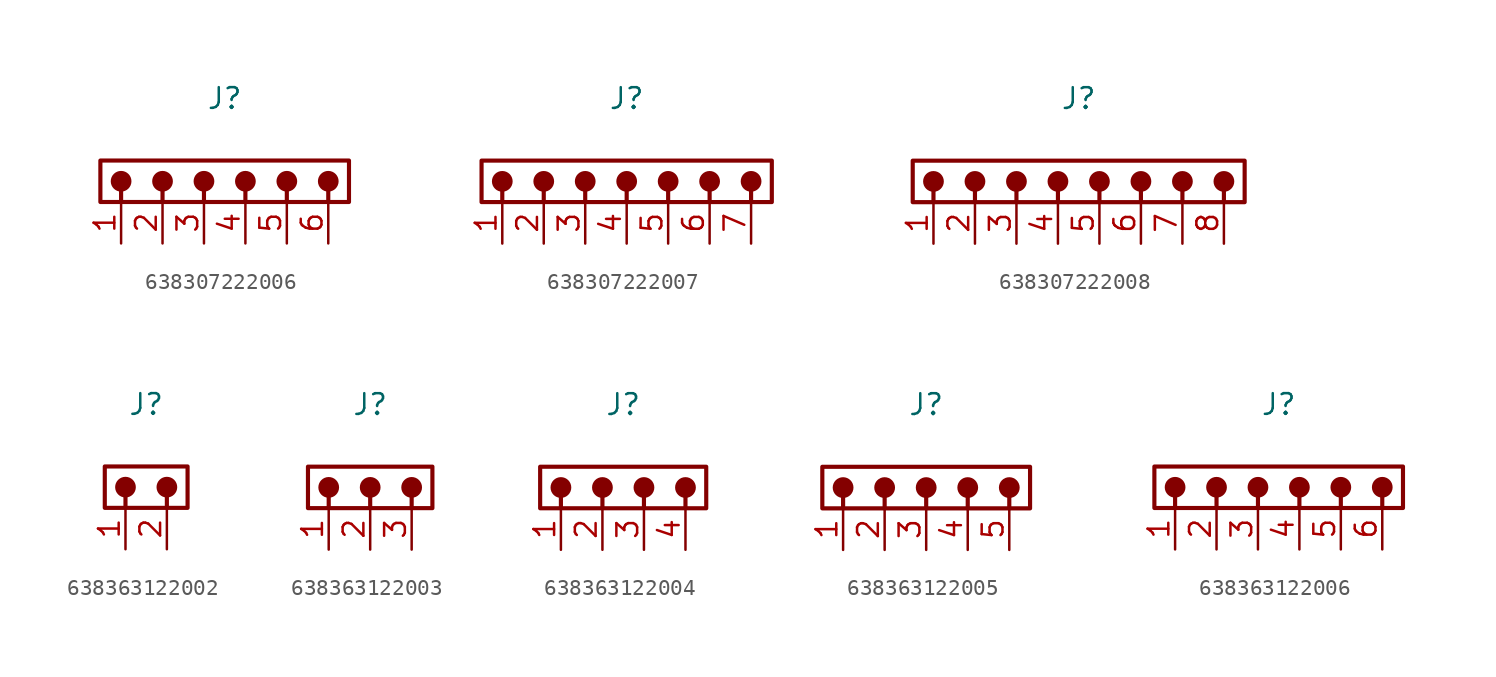
<source format=kicad_sym>
(kicad_symbol_lib
  (version 20241209)
  (generator "kicad_symbol_editor")
  (generator_version "9.0")
  (symbol "638307222006"
    (pin_names
      (hide yes))
    (property "Reference" "J"
      (at 0 5.08 0)
      (effects (font (size 1.27 1.27))))
    (symbol "638307222006_1_1"
      (rectangle (start -7.62 1.27) (end 7.62 -1.27) (stroke (width 0.254) (type solid)) (fill (type none)))
      (circle (center -6.35 0) (radius 0.508) (stroke (width 0.254) (type solid)) (fill (type outline)))
      (polyline (pts (xy -6.35 -0.508) (xy -6.35 -1.27)) (stroke (width 0.254) (type solid)) (fill (type none)))
      (circle (center -3.81 0) (radius 0.508) (stroke (width 0.254) (type solid)) (fill (type outline)))
      (polyline (pts (xy -3.81 -0.508) (xy -3.81 -1.27)) (stroke (width 0.254) (type solid)) (fill (type none)))
      (circle (center -1.27 0) (radius 0.508) (stroke (width 0.254) (type solid)) (fill (type outline)))
      (polyline (pts (xy -1.27 -0.508) (xy -1.27 -1.27)) (stroke (width 0.254) (type solid)) (fill (type none)))
      (circle (center 1.27 0) (radius 0.508) (stroke (width 0.254) (type solid)) (fill (type outline)))
      (polyline (pts (xy 1.27 -0.508) (xy 1.27 -1.27)) (stroke (width 0.254) (type solid)) (fill (type none)))
      (circle (center 3.81 0) (radius 0.508) (stroke (width 0.254) (type solid)) (fill (type outline)))
      (polyline (pts (xy 3.81 -0.508) (xy 3.81 -1.27)) (stroke (width 0.254) (type solid)) (fill (type none)))
      (circle (center 6.35 0) (radius 0.508) (stroke (width 0.254) (type solid)) (fill (type outline)))
      (polyline (pts (xy 6.35 -0.508) (xy 6.35 -1.27)) (stroke (width 0.254) (type solid)) (fill (type none)))
      (pin passive line (at -6.35 -3.81 90) (length 2.54) (name "1" (effects (font (size 1.27 1.27)))) (number "1" (effects (font (size 1.27 1.27)))))
      (pin passive line (at -3.81 -3.81 90) (length 2.54) (name "2" (effects (font (size 1.27 1.27)))) (number "2" (effects (font (size 1.27 1.27)))))
      (pin passive line (at -1.27 -3.81 90) (length 2.54) (name "3" (effects (font (size 1.27 1.27)))) (number "3" (effects (font (size 1.27 1.27)))))
      (pin passive line (at 1.27 -3.81 90) (length 2.54) (name "4" (effects (font (size 1.27 1.27)))) (number "4" (effects (font (size 1.27 1.27)))))
      (pin passive line (at 3.81 -3.81 90) (length 2.54) (name "5" (effects (font (size 1.27 1.27)))) (number "5" (effects (font (size 1.27 1.27)))))
      (pin passive line (at 6.35 -3.81 90) (length 2.54) (name "6" (effects (font (size 1.27 1.27)))) (number "6" (effects (font (size 1.27 1.27)))))))
  (symbol "638307222007"
    (pin_names
      (hide yes))
    (property "Reference" "J"
      (at 0 5.08 0)
      (effects (font (size 1.27 1.27))))
    (symbol "638307222007_1_1"
      (rectangle (start -8.89 1.27) (end 8.89 -1.27) (stroke (width 0.254) (type solid)) (fill (type none)))
      (circle (center -7.62 0) (radius 0.508) (stroke (width 0.254) (type solid)) (fill (type outline)))
      (polyline (pts (xy -7.62 -0.508) (xy -7.62 -1.27)) (stroke (width 0.254) (type solid)) (fill (type none)))
      (circle (center -5.08 0) (radius 0.508) (stroke (width 0.254) (type solid)) (fill (type outline)))
      (polyline (pts (xy -5.08 -0.508) (xy -5.08 -1.27)) (stroke (width 0.254) (type solid)) (fill (type none)))
      (circle (center -2.54 0) (radius 0.508) (stroke (width 0.254) (type solid)) (fill (type outline)))
      (polyline (pts (xy -2.54 -0.508) (xy -2.54 -1.27)) (stroke (width 0.254) (type solid)) (fill (type none)))
      (circle (center 0 0) (radius 0.508) (stroke (width 0.254) (type solid)) (fill (type outline)))
      (polyline (pts (xy 0 -0.508) (xy 0 -1.27)) (stroke (width 0.254) (type solid)) (fill (type none)))
      (circle (center 2.54 0) (radius 0.508) (stroke (width 0.254) (type solid)) (fill (type outline)))
      (polyline (pts (xy 2.54 -0.508) (xy 2.54 -1.27)) (stroke (width 0.254) (type solid)) (fill (type none)))
      (circle (center 5.08 0) (radius 0.508) (stroke (width 0.254) (type solid)) (fill (type outline)))
      (polyline (pts (xy 5.08 -0.508) (xy 5.08 -1.27)) (stroke (width 0.254) (type solid)) (fill (type none)))
      (circle (center 7.62 0) (radius 0.508) (stroke (width 0.254) (type solid)) (fill (type outline)))
      (polyline (pts (xy 7.62 -0.508) (xy 7.62 -1.27)) (stroke (width 0.254) (type solid)) (fill (type none)))
      (pin passive line (at -7.62 -3.81 90) (length 2.54) (name "1" (effects (font (size 1.27 1.27)))) (number "1" (effects (font (size 1.27 1.27)))))
      (pin passive line (at -5.08 -3.81 90) (length 2.54) (name "2" (effects (font (size 1.27 1.27)))) (number "2" (effects (font (size 1.27 1.27)))))
      (pin passive line (at -2.54 -3.81 90) (length 2.54) (name "3" (effects (font (size 1.27 1.27)))) (number "3" (effects (font (size 1.27 1.27)))))
      (pin passive line (at 0 -3.81 90) (length 2.54) (name "4" (effects (font (size 1.27 1.27)))) (number "4" (effects (font (size 1.27 1.27)))))
      (pin passive line (at 2.54 -3.81 90) (length 2.54) (name "5" (effects (font (size 1.27 1.27)))) (number "5" (effects (font (size 1.27 1.27)))))
      (pin passive line (at 5.08 -3.81 90) (length 2.54) (name "6" (effects (font (size 1.27 1.27)))) (number "6" (effects (font (size 1.27 1.27)))))
      (pin passive line (at 7.62 -3.81 90) (length 2.54) (name "7" (effects (font (size 1.27 1.27)))) (number "7" (effects (font (size 1.27 1.27)))))))
  (symbol "638307222008"
    (pin_names
      (hide yes))
    (property "Reference" "J"
      (at 0 5.08 0)
      (effects (font (size 1.27 1.27))))
    (symbol "638307222008_1_1"
      (rectangle (start -10.16 1.27) (end 10.16 -1.27) (stroke (width 0.254) (type solid)) (fill (type none)))
      (circle (center -8.89 0) (radius 0.508) (stroke (width 0.254) (type solid)) (fill (type outline)))
      (polyline (pts (xy -8.89 -0.508) (xy -8.89 -1.27)) (stroke (width 0.254) (type solid)) (fill (type none)))
      (circle (center -6.35 0) (radius 0.508) (stroke (width 0.254) (type solid)) (fill (type outline)))
      (polyline (pts (xy -6.35 -0.508) (xy -6.35 -1.27)) (stroke (width 0.254) (type solid)) (fill (type none)))
      (circle (center -3.81 0) (radius 0.508) (stroke (width 0.254) (type solid)) (fill (type outline)))
      (polyline (pts (xy -3.81 -0.508) (xy -3.81 -1.27)) (stroke (width 0.254) (type solid)) (fill (type none)))
      (circle (center -1.27 0) (radius 0.508) (stroke (width 0.254) (type solid)) (fill (type outline)))
      (polyline (pts (xy -1.27 -0.508) (xy -1.27 -1.27)) (stroke (width 0.254) (type solid)) (fill (type none)))
      (circle (center 1.27 0) (radius 0.508) (stroke (width 0.254) (type solid)) (fill (type outline)))
      (polyline (pts (xy 1.27 -0.508) (xy 1.27 -1.27)) (stroke (width 0.254) (type solid)) (fill (type none)))
      (circle (center 3.81 0) (radius 0.508) (stroke (width 0.254) (type solid)) (fill (type outline)))
      (polyline (pts (xy 3.81 -0.508) (xy 3.81 -1.27)) (stroke (width 0.254) (type solid)) (fill (type none)))
      (circle (center 6.35 0) (radius 0.508) (stroke (width 0.254) (type solid)) (fill (type outline)))
      (polyline (pts (xy 6.35 -0.508) (xy 6.35 -1.27)) (stroke (width 0.254) (type solid)) (fill (type none)))
      (circle (center 8.89 0) (radius 0.508) (stroke (width 0.254) (type solid)) (fill (type outline)))
      (polyline (pts (xy 8.89 -0.508) (xy 8.89 -1.27)) (stroke (width 0.254) (type solid)) (fill (type none)))
      (pin passive line (at -8.89 -3.81 90) (length 2.54) (name "1" (effects (font (size 1.27 1.27)))) (number "1" (effects (font (size 1.27 1.27)))))
      (pin passive line (at -6.35 -3.81 90) (length 2.54) (name "2" (effects (font (size 1.27 1.27)))) (number "2" (effects (font (size 1.27 1.27)))))
      (pin passive line (at -3.81 -3.81 90) (length 2.54) (name "3" (effects (font (size 1.27 1.27)))) (number "3" (effects (font (size 1.27 1.27)))))
      (pin passive line (at -1.27 -3.81 90) (length 2.54) (name "4" (effects (font (size 1.27 1.27)))) (number "4" (effects (font (size 1.27 1.27)))))
      (pin passive line (at 1.27 -3.81 90) (length 2.54) (name "5" (effects (font (size 1.27 1.27)))) (number "5" (effects (font (size 1.27 1.27)))))
      (pin passive line (at 3.81 -3.81 90) (length 2.54) (name "6" (effects (font (size 1.27 1.27)))) (number "6" (effects (font (size 1.27 1.27)))))
      (pin passive line (at 6.35 -3.81 90) (length 2.54) (name "7" (effects (font (size 1.27 1.27)))) (number "7" (effects (font (size 1.27 1.27)))))
      (pin passive line (at 8.89 -3.81 90) (length 2.54) (name "8" (effects (font (size 1.27 1.27)))) (number "8" (effects (font (size 1.27 1.27)))))))
  (symbol "638363122002"
    (pin_names
      (hide yes))
    (property "Reference" "J"
      (at 0 5.08 0)
      (effects (font (size 1.27 1.27))))
    (symbol "638363122002_1_1"
      (circle (center -1.27 0) (radius 0.508) (stroke (width 0.254) (type solid)) (fill (type outline)))
      (polyline (pts (xy -1.27 -0.508) (xy -1.27 -1.27)) (stroke (width 0.254) (type solid)) (fill (type none)))
      (circle (center 1.27 0) (radius 0.508) (stroke (width 0.254) (type solid)) (fill (type outline)))
      (polyline (pts (xy 1.27 -0.508) (xy 1.27 -1.27)) (stroke (width 0.254) (type solid)) (fill (type none)))
      (rectangle (start 2.54 1.27) (end -2.54 -1.27) (stroke (width 0.254) (type solid)) (fill (type none)))
      (pin passive line (at -1.27 -3.81 90) (length 2.54) (name "1" (effects (font (size 1.27 1.27)))) (number "1" (effects (font (size 1.27 1.27)))))
      (pin passive line (at 1.27 -3.81 90) (length 2.54) (name "2" (effects (font (size 1.27 1.27)))) (number "2" (effects (font (size 1.27 1.27)))))))
  (symbol "638363122003"
    (pin_names
      (hide yes))
    (property "Reference" "J"
      (at 0 5.08 0)
      (effects (font (size 1.27 1.27))))
    (symbol "638363122003_1_1"
      (rectangle (start -3.81 1.27) (end 3.81 -1.27) (stroke (width 0.254) (type solid)) (fill (type none)))
      (circle (center -2.54 0) (radius 0.508) (stroke (width 0.254) (type solid)) (fill (type outline)))
      (polyline (pts (xy -2.54 -0.508) (xy -2.54 -1.27)) (stroke (width 0.254) (type solid)) (fill (type none)))
      (circle (center 0 0) (radius 0.508) (stroke (width 0.254) (type solid)) (fill (type outline)))
      (polyline (pts (xy 0 -0.508) (xy 0 -1.27)) (stroke (width 0.254) (type solid)) (fill (type none)))
      (circle (center 2.54 0) (radius 0.508) (stroke (width 0.254) (type solid)) (fill (type outline)))
      (polyline (pts (xy 2.54 -0.508) (xy 2.54 -1.27)) (stroke (width 0.254) (type solid)) (fill (type none)))
      (pin passive line (at -2.54 -3.81 90) (length 2.54) (name "1" (effects (font (size 1.27 1.27)))) (number "1" (effects (font (size 1.27 1.27)))))
      (pin passive line (at 0 -3.81 90) (length 2.54) (name "2" (effects (font (size 1.27 1.27)))) (number "2" (effects (font (size 1.27 1.27)))))
      (pin passive line (at 2.54 -3.81 90) (length 2.54) (name "3" (effects (font (size 1.27 1.27)))) (number "3" (effects (font (size 1.27 1.27)))))))
  (symbol "638363122004"
    (pin_names
      (hide yes))
    (property "Reference" "J"
      (at 0 5.08 0)
      (effects (font (size 1.27 1.27))))
    (symbol "638363122004_1_1"
      (rectangle (start -5.08 1.27) (end 5.08 -1.27) (stroke (width 0.254) (type solid)) (fill (type none)))
      (circle (center -3.81 0) (radius 0.508) (stroke (width 0.254) (type solid)) (fill (type outline)))
      (polyline (pts (xy -3.81 -0.508) (xy -3.81 -1.27)) (stroke (width 0.254) (type solid)) (fill (type none)))
      (circle (center -1.27 0) (radius 0.508) (stroke (width 0.254) (type solid)) (fill (type outline)))
      (polyline (pts (xy -1.27 -0.508) (xy -1.27 -1.27)) (stroke (width 0.254) (type solid)) (fill (type none)))
      (circle (center 1.27 0) (radius 0.508) (stroke (width 0.254) (type solid)) (fill (type outline)))
      (polyline (pts (xy 1.27 -0.508) (xy 1.27 -1.27)) (stroke (width 0.254) (type solid)) (fill (type none)))
      (circle (center 3.81 0) (radius 0.508) (stroke (width 0.254) (type solid)) (fill (type outline)))
      (polyline (pts (xy 3.81 -0.508) (xy 3.81 -1.27)) (stroke (width 0.254) (type solid)) (fill (type none)))
      (pin passive line (at -3.81 -3.81 90) (length 2.54) (name "1" (effects (font (size 1.27 1.27)))) (number "1" (effects (font (size 1.27 1.27)))))
      (pin passive line (at -1.27 -3.81 90) (length 2.54) (name "2" (effects (font (size 1.27 1.27)))) (number "2" (effects (font (size 1.27 1.27)))))
      (pin passive line (at 1.27 -3.81 90) (length 2.54) (name "3" (effects (font (size 1.27 1.27)))) (number "3" (effects (font (size 1.27 1.27)))))
      (pin passive line (at 3.81 -3.81 90) (length 2.54) (name "4" (effects (font (size 1.27 1.27)))) (number "4" (effects (font (size 1.27 1.27)))))))
  (symbol "638363122005"
    (pin_names
      (hide yes))
    (property "Reference" "J"
      (at 0 5.08 0)
      (effects (font (size 1.27 1.27))))
    (symbol "638363122005_1_1"
      (rectangle (start -6.35 1.27) (end 6.35 -1.27) (stroke (width 0.254) (type solid)) (fill (type none)))
      (circle (center -5.08 0) (radius 0.508) (stroke (width 0.254) (type solid)) (fill (type outline)))
      (polyline (pts (xy -5.08 -0.508) (xy -5.08 -1.27)) (stroke (width 0.254) (type solid)) (fill (type none)))
      (circle (center -2.54 0) (radius 0.508) (stroke (width 0.254) (type solid)) (fill (type outline)))
      (polyline (pts (xy -2.54 -0.508) (xy -2.54 -1.27)) (stroke (width 0.254) (type solid)) (fill (type none)))
      (circle (center 0 0) (radius 0.508) (stroke (width 0.254) (type solid)) (fill (type outline)))
      (polyline (pts (xy 0 -0.508) (xy 0 -1.27)) (stroke (width 0.254) (type solid)) (fill (type none)))
      (circle (center 2.54 0) (radius 0.508) (stroke (width 0.254) (type solid)) (fill (type outline)))
      (polyline (pts (xy 2.54 -0.508) (xy 2.54 -1.27)) (stroke (width 0.254) (type solid)) (fill (type none)))
      (circle (center 5.08 0) (radius 0.508) (stroke (width 0.254) (type solid)) (fill (type outline)))
      (polyline (pts (xy 5.08 -0.508) (xy 5.08 -1.27)) (stroke (width 0.254) (type solid)) (fill (type none)))
      (pin passive line (at -5.08 -3.81 90) (length 2.54) (name "1" (effects (font (size 1.27 1.27)))) (number "1" (effects (font (size 1.27 1.27)))))
      (pin passive line (at -2.54 -3.81 90) (length 2.54) (name "2" (effects (font (size 1.27 1.27)))) (number "2" (effects (font (size 1.27 1.27)))))
      (pin passive line (at 0 -3.81 90) (length 2.54) (name "3" (effects (font (size 1.27 1.27)))) (number "3" (effects (font (size 1.27 1.27)))))
      (pin passive line (at 2.54 -3.81 90) (length 2.54) (name "4" (effects (font (size 1.27 1.27)))) (number "4" (effects (font (size 1.27 1.27)))))
      (pin passive line (at 5.08 -3.81 90) (length 2.54) (name "5" (effects (font (size 1.27 1.27)))) (number "5" (effects (font (size 1.27 1.27)))))))
  (symbol "638363122006"
    (pin_names
      (hide yes))
    (property "Reference" "J"
      (at 0 5.08 0)
      (effects (font (size 1.27 1.27))))
    (symbol "638363122006_1_1"
      (rectangle (start -7.62 1.27) (end 7.62 -1.27) (stroke (width 0.254) (type solid)) (fill (type none)))
      (circle (center -6.35 0) (radius 0.508) (stroke (width 0.254) (type solid)) (fill (type outline)))
      (polyline (pts (xy -6.35 -0.508) (xy -6.35 -1.27)) (stroke (width 0.254) (type solid)) (fill (type none)))
      (circle (center -3.81 0) (radius 0.508) (stroke (width 0.254) (type solid)) (fill (type outline)))
      (polyline (pts (xy -3.81 -0.508) (xy -3.81 -1.27)) (stroke (width 0.254) (type solid)) (fill (type none)))
      (circle (center -1.27 0) (radius 0.508) (stroke (width 0.254) (type solid)) (fill (type outline)))
      (polyline (pts (xy -1.27 -0.508) (xy -1.27 -1.27)) (stroke (width 0.254) (type solid)) (fill (type none)))
      (circle (center 1.27 0) (radius 0.508) (stroke (width 0.254) (type solid)) (fill (type outline)))
      (polyline (pts (xy 1.27 -0.508) (xy 1.27 -1.27)) (stroke (width 0.254) (type solid)) (fill (type none)))
      (circle (center 3.81 0) (radius 0.508) (stroke (width 0.254) (type solid)) (fill (type outline)))
      (polyline (pts (xy 3.81 -0.508) (xy 3.81 -1.27)) (stroke (width 0.254) (type solid)) (fill (type none)))
      (circle (center 6.35 0) (radius 0.508) (stroke (width 0.254) (type solid)) (fill (type outline)))
      (polyline (pts (xy 6.35 -0.508) (xy 6.35 -1.27)) (stroke (width 0.254) (type solid)) (fill (type none)))
      (pin passive line (at -6.35 -3.81 90) (length 2.54) (name "1" (effects (font (size 1.27 1.27)))) (number "1" (effects (font (size 1.27 1.27)))))
      (pin passive line (at -3.81 -3.81 90) (length 2.54) (name "2" (effects (font (size 1.27 1.27)))) (number "2" (effects (font (size 1.27 1.27)))))
      (pin passive line (at -1.27 -3.81 90) (length 2.54) (name "3" (effects (font (size 1.27 1.27)))) (number "3" (effects (font (size 1.27 1.27)))))
      (pin passive line (at 1.27 -3.81 90) (length 2.54) (name "4" (effects (font (size 1.27 1.27)))) (number "4" (effects (font (size 1.27 1.27)))))
      (pin passive line (at 3.81 -3.81 90) (length 2.54) (name "5" (effects (font (size 1.27 1.27)))) (number "5" (effects (font (size 1.27 1.27)))))
      (pin passive line (at 6.35 -3.81 90) (length 2.54) (name "6" (effects (font (size 1.27 1.27)))) (number "6" (effects (font (size 1.27 1.27))))))))
</source>
